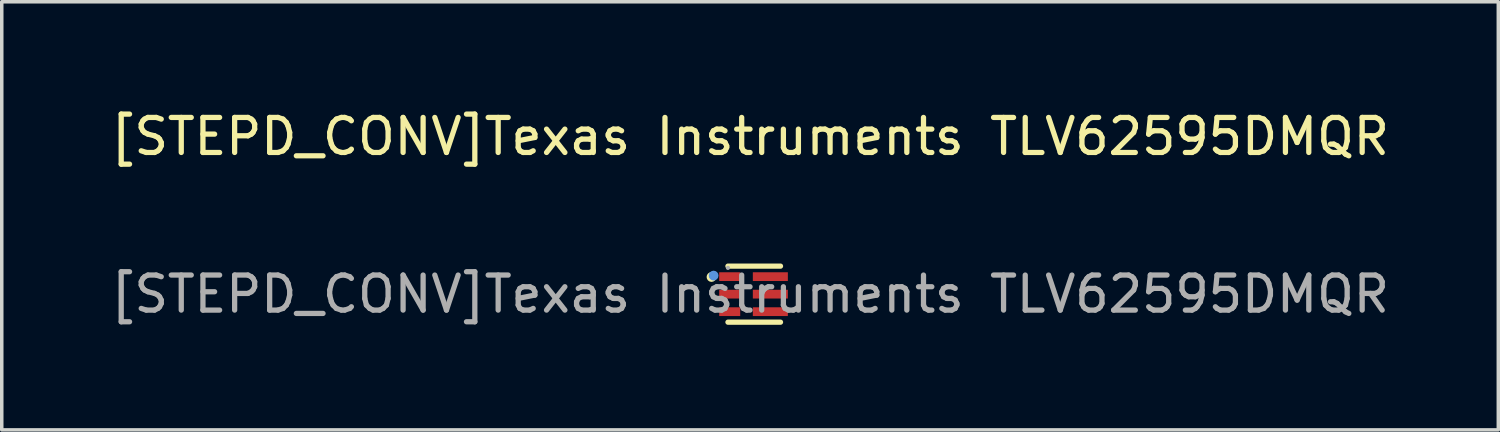
<source format=kicad_pcb>
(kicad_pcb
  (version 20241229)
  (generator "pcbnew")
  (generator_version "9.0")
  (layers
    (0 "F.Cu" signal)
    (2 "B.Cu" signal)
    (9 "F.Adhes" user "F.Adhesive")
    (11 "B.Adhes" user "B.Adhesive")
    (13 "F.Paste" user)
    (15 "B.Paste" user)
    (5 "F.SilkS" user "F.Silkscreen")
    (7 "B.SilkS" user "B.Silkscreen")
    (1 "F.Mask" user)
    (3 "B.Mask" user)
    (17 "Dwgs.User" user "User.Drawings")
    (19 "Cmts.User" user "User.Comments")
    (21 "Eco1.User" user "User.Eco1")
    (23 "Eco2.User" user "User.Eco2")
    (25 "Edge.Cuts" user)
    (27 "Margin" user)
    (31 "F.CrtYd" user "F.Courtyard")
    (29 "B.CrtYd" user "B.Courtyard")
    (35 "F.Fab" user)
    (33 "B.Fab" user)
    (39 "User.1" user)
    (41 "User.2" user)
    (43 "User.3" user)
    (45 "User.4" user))
  (footprint "[STEPD_CONV]Texas Instruments TLV62595DMQR"
    (layer "F.Cu")
    (at 18.363 5.348)
    (property "Reference" "[STEPD_CONV]Texas Instruments TLV62595DMQR" (at 0 -4.5 0) (layer "F.SilkS") (effects (font (size 1 1) (thickness 0.15))))
    (attr smd)
    (fp_line (start -0.63 -0.8) (end 0.87 -0.8) (stroke (width 0.15) (type solid)) (layer "F.SilkS"))
    (fp_line (start -0.63 0.8) (end 0.87 0.8) (stroke (width 0.15) (type solid)) (layer "F.SilkS"))
    (fp_circle (center -1.1 -0.49) (end -1.03 -0.49) (stroke (width 0.14) (type solid)) (fill no) (layer "F.SilkS"))
    (fp_circle (center -1.04 -0.53) (end -0.97 -0.53) (stroke (width 0.14) (type solid)) (fill no) (layer "Cmts.User"))
    (fp_circle (center -0.63 -0.75) (end -0.6 -0.75) (stroke (width 0.06) (type solid)) (fill no) (layer "F.Fab"))
    (fp_text user "${REFERENCE}" (at 0 0 0) (layer "F.Fab") (effects (font (size 1 1) (thickness 0.15))))
    (pad "1" smd rect (at -0.58 -0.5 90) (size 0.25 0.6) (layers "F.Cu" "F.Mask" "F.Paste"))
    (pad "2" smd rect (at -0.58 0 90) (size 0.25 0.6) (layers "F.Cu" "F.Mask" "F.Paste"))
    (pad "3" smd rect (at -0.58 0.5 90) (size 0.25 0.6) (layers "F.Cu" "F.Mask" "F.Paste"))
    (pad "4" smd rect (at 0.58 0.5 90) (size 0.25 1) (layers "F.Cu" "F.Mask" "F.Paste"))
    (pad "5" smd rect (at 0.58 0 90) (size 0.25 1) (layers "F.Cu" "F.Mask" "F.Paste"))
    (pad "6" smd rect (at 0.58 -0.5 90) (size 0.25 1) (layers "F.Cu" "F.Mask" "F.Paste")))
  (gr_rect
    (start -3 -3)
    (end 39.726 9.223)
    (stroke (width 0.1) (type default))
    (fill no)
    (layer "Edge.Cuts")))
</source>
